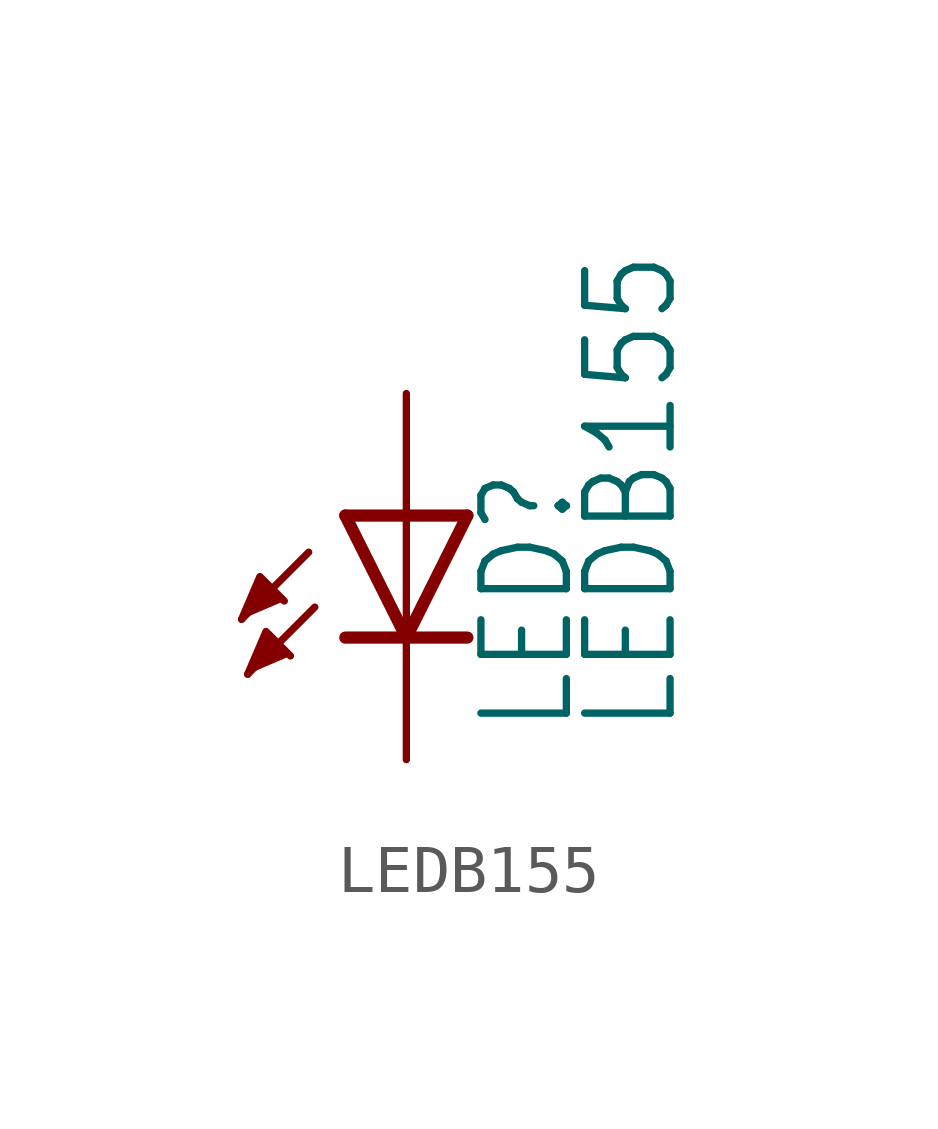
<source format=kicad_sym>
(kicad_symbol_lib
  (version 20220331)
  (generator kicad_symbol_editor)
  (symbol "LEDB155"
    (property "Reference" "LED"
      (at 3.556 -4.572 90)
      (effects (font (size 1.778 1.511)) (justify left bottom)))
    (property "Value" "LEDB155"
      (at 5.715 -4.572 90)
      (effects (font (size 1.778 1.511)) (justify left bottom)))
    (property "ki_locked" ""
      (at 0 0 0)
      (effects (font (size 1.27 1.27))))
    (symbol "LEDB155_1_0"
      (polyline (pts (xy -2.032 -0.762) (xy -3.429 -2.159)) (stroke (width 0.152) (type solid)) (fill (type none)))
      (polyline (pts (xy -1.905 -1.905) (xy -3.302 -3.302)) (stroke (width 0.152) (type solid)) (fill (type none)))
      (polyline (pts (xy 0 -2.54) (xy -1.27 -2.54)) (stroke (width 0.254) (type solid)) (fill (type none)))
      (polyline (pts (xy 0 -2.54) (xy -1.27 0)) (stroke (width 0.254) (type solid)) (fill (type none)))
      (polyline (pts (xy 0 0) (xy -1.27 0)) (stroke (width 0.254) (type solid)) (fill (type none)))
      (polyline (pts (xy 0 0) (xy 0 -2.54)) (stroke (width 0.152) (type solid)) (fill (type none)))
      (polyline (pts (xy 1.27 -2.54) (xy 0 -2.54)) (stroke (width 0.254) (type solid)) (fill (type none)))
      (polyline (pts (xy 1.27 0) (xy 0 -2.54)) (stroke (width 0.254) (type solid)) (fill (type none)))
      (polyline (pts (xy 1.27 0) (xy 0 0)) (stroke (width 0.254) (type solid)) (fill (type none)))
      (polyline (pts (xy -3.429 -2.159) (xy -3.048 -1.27) (xy -2.54 -1.778)) (stroke (width 0) (type default)) (fill (type outline)))
      (polyline (pts (xy -3.302 -3.302) (xy -2.921 -2.413) (xy -2.413 -2.921)) (stroke (width 0) (type default)) (fill (type outline)))
      (pin passive line (at 0 2.54 270) (length 2.54) (name "A" (effects (font (size 0 0)))) (number "A" (effects (font (size 0 0)))))
      (pin passive line (at 0 -5.08 90) (length 2.54) (name "C" (effects (font (size 0 0)))) (number "K" (effects (font (size 0 0))))))))
</source>
